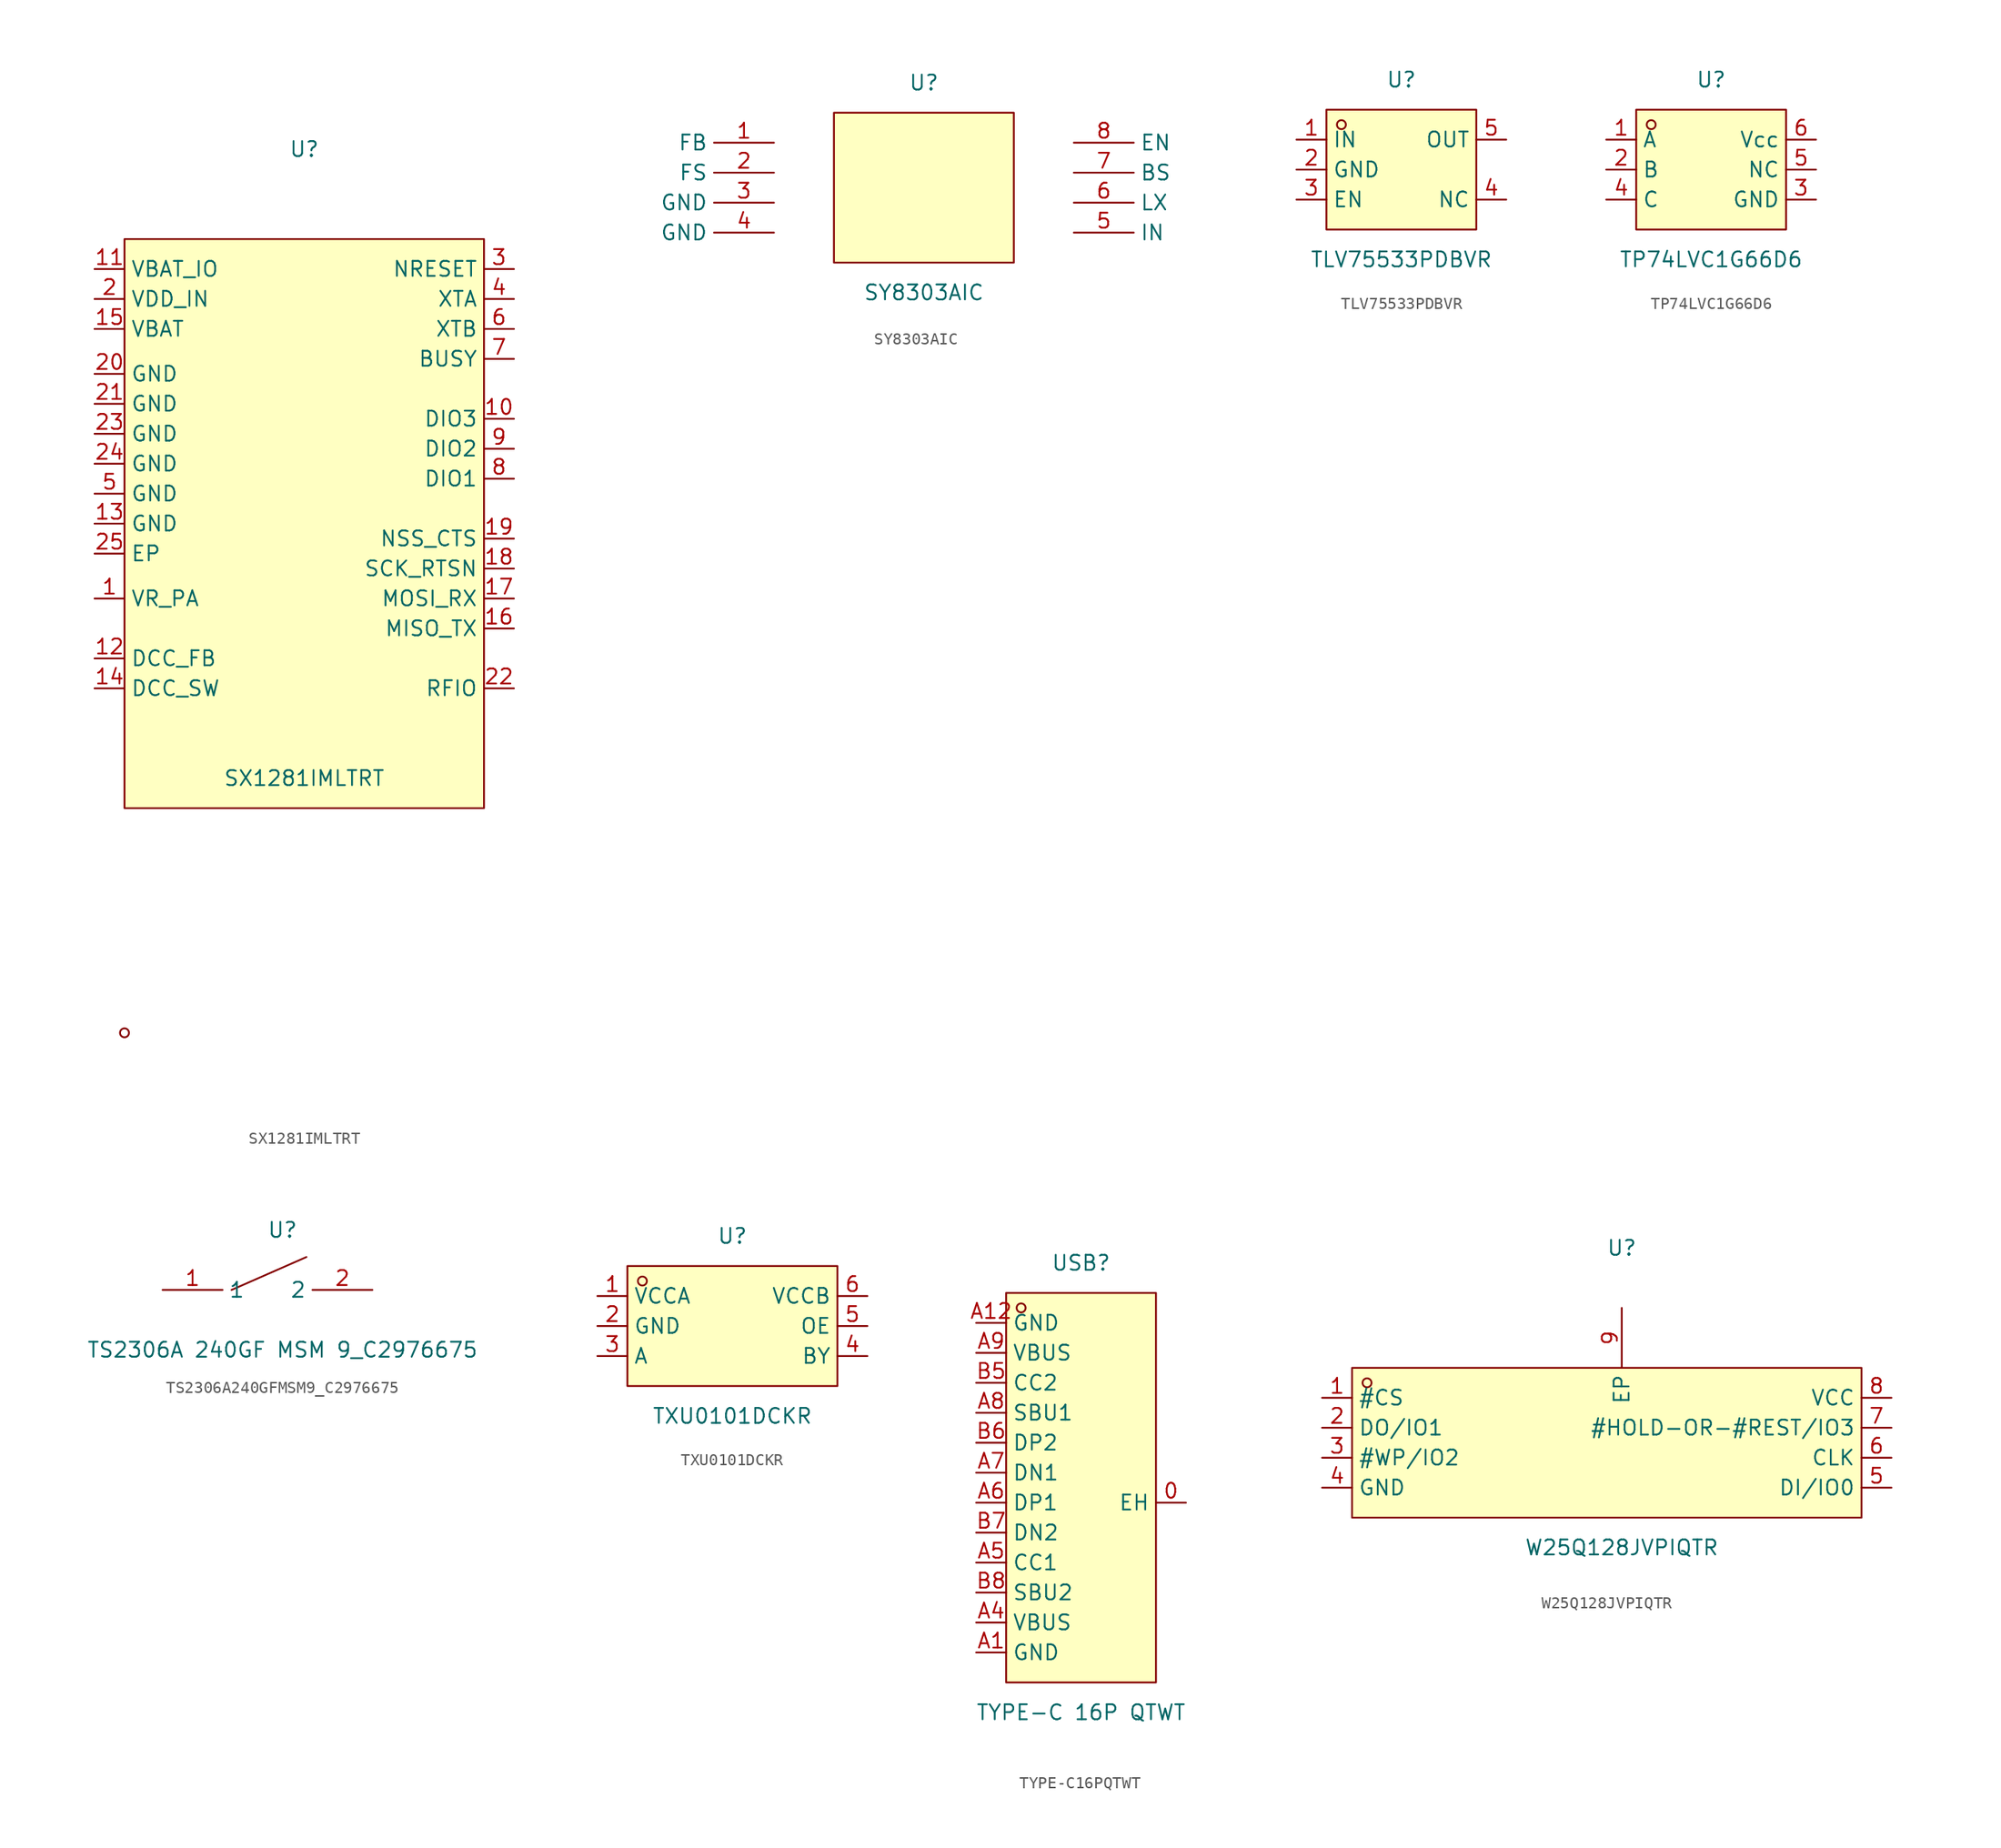
<source format=kicad_sym>
(kicad_symbol_lib
  (version 20241209)
  (generator "kicad_symbol_editor")
  (generator_version "9.0")
  (symbol "SX1281IMLTRT"
    (property "Reference" "U"
      (at 0 24.13 0)
      (effects (font (size 1.27 1.27))))
    (property "Value" "SX1281IMLTRT"
      (at 0 -29.21 0)
      (effects (font (size 1.27 1.27))))
    (symbol "SX1281IMLTRT_0_1"
      (rectangle (start -15.24 16.51) (end 15.24 -31.75) (stroke (width 0) (type default)) (fill (type background)))
      (circle (center -15.24 -50.8) (radius 0.38) (stroke (width 0) (type default)) (fill (type none)))
      (pin unspecified line (at -17.78 13.97 0) (length 2.54) (name "VBAT_IO" (effects (font (size 1.27 1.27)))) (number "11" (effects (font (size 1.27 1.27)))))
      (pin unspecified line (at -17.78 11.43 0) (length 2.54) (name "VDD_IN" (effects (font (size 1.27 1.27)))) (number "2" (effects (font (size 1.27 1.27)))))
      (pin unspecified line (at -17.78 8.89 0) (length 2.54) (name "VBAT" (effects (font (size 1.27 1.27)))) (number "15" (effects (font (size 1.27 1.27)))))
      (pin unspecified line (at -17.78 5.08 0) (length 2.54) (name "GND" (effects (font (size 1.27 1.27)))) (number "20" (effects (font (size 1.27 1.27)))))
      (pin unspecified line (at -17.78 2.54 0) (length 2.54) (name "GND" (effects (font (size 1.27 1.27)))) (number "21" (effects (font (size 1.27 1.27)))))
      (pin unspecified line (at -17.78 0 0) (length 2.54) (name "GND" (effects (font (size 1.27 1.27)))) (number "23" (effects (font (size 1.27 1.27)))))
      (pin unspecified line (at -17.78 -2.54 0) (length 2.54) (name "GND" (effects (font (size 1.27 1.27)))) (number "24" (effects (font (size 1.27 1.27)))))
      (pin unspecified line (at -17.78 -5.08 0) (length 2.54) (name "GND" (effects (font (size 1.27 1.27)))) (number "5" (effects (font (size 1.27 1.27)))))
      (pin unspecified line (at -17.78 -7.62 0) (length 2.54) (name "GND" (effects (font (size 1.27 1.27)))) (number "13" (effects (font (size 1.27 1.27)))))
      (pin unspecified line (at -17.78 -10.16 0) (length 2.54) (name "EP" (effects (font (size 1.27 1.27)))) (number "25" (effects (font (size 1.27 1.27)))))
      (pin unspecified line (at -17.78 -13.97 0) (length 2.54) (name "VR_PA" (effects (font (size 1.27 1.27)))) (number "1" (effects (font (size 1.27 1.27)))))
      (pin unspecified line (at -17.78 -19.05 0) (length 2.54) (name "DCC_FB" (effects (font (size 1.27 1.27)))) (number "12" (effects (font (size 1.27 1.27)))))
      (pin unspecified line (at -17.78 -21.59 0) (length 2.54) (name "DCC_SW" (effects (font (size 1.27 1.27)))) (number "14" (effects (font (size 1.27 1.27)))))
      (pin unspecified line (at 17.78 13.97 180) (length 2.54) (name "NRESET" (effects (font (size 1.27 1.27)))) (number "3" (effects (font (size 1.27 1.27)))))
      (pin unspecified line (at 17.78 11.43 180) (length 2.54) (name "XTA" (effects (font (size 1.27 1.27)))) (number "4" (effects (font (size 1.27 1.27)))))
      (pin unspecified line (at 17.78 8.89 180) (length 2.54) (name "XTB" (effects (font (size 1.27 1.27)))) (number "6" (effects (font (size 1.27 1.27)))))
      (pin unspecified line (at 17.78 6.35 180) (length 2.54) (name "BUSY" (effects (font (size 1.27 1.27)))) (number "7" (effects (font (size 1.27 1.27)))))
      (pin unspecified line (at 17.78 1.27 180) (length 2.54) (name "DIO3" (effects (font (size 1.27 1.27)))) (number "10" (effects (font (size 1.27 1.27)))))
      (pin unspecified line (at 17.78 -1.27 180) (length 2.54) (name "DIO2" (effects (font (size 1.27 1.27)))) (number "9" (effects (font (size 1.27 1.27)))))
      (pin unspecified line (at 17.78 -3.81 180) (length 2.54) (name "DIO1" (effects (font (size 1.27 1.27)))) (number "8" (effects (font (size 1.27 1.27)))))
      (pin unspecified line (at 17.78 -8.89 180) (length 2.54) (name "NSS_CTS" (effects (font (size 1.27 1.27)))) (number "19" (effects (font (size 1.27 1.27)))))
      (pin unspecified line (at 17.78 -11.43 180) (length 2.54) (name "SCK_RTSN" (effects (font (size 1.27 1.27)))) (number "18" (effects (font (size 1.27 1.27)))))
      (pin unspecified line (at 17.78 -13.97 180) (length 2.54) (name "MOSI_RX" (effects (font (size 1.27 1.27)))) (number "17" (effects (font (size 1.27 1.27)))))
      (pin unspecified line (at 17.78 -16.51 180) (length 2.54) (name "MISO_TX" (effects (font (size 1.27 1.27)))) (number "16" (effects (font (size 1.27 1.27)))))
      (pin unspecified line (at 17.78 -21.59 180) (length 2.54) (name "RFIO" (effects (font (size 1.27 1.27)))) (number "22" (effects (font (size 1.27 1.27)))))))
  (symbol "SY8303AIC"
    (property "Reference" "U"
      (at 0 8.89 0)
      (effects (font (size 1.27 1.27))))
    (property "Value" "SY8303AIC"
      (at 0 -8.89 0)
      (effects (font (size 1.27 1.27))))
    (symbol "SY8303AIC_0_1"
      (rectangle (start -7.62 6.35) (end 7.62 -6.35) (stroke (width 0) (type default)) (fill (type background)))
      (pin unspecified line (at -12.7 3.81 180) (length 5.08) (name "FB" (effects (font (size 1.27 1.27)))) (number "1" (effects (font (size 1.27 1.27)))))
      (pin unspecified line (at -12.7 1.27 180) (length 5.08) (name "FS" (effects (font (size 1.27 1.27)))) (number "2" (effects (font (size 1.27 1.27)))))
      (pin unspecified line (at -12.7 -1.27 180) (length 5.08) (name "GND" (effects (font (size 1.27 1.27)))) (number "3" (effects (font (size 1.27 1.27)))))
      (pin unspecified line (at -12.7 -3.81 180) (length 5.08) (name "GND" (effects (font (size 1.27 1.27)))) (number "4" (effects (font (size 1.27 1.27)))))
      (pin unspecified line (at 12.7 3.81 0) (length 5.08) (name "EN" (effects (font (size 1.27 1.27)))) (number "8" (effects (font (size 1.27 1.27)))))
      (pin unspecified line (at 12.7 1.27 0) (length 5.08) (name "BS" (effects (font (size 1.27 1.27)))) (number "7" (effects (font (size 1.27 1.27)))))
      (pin unspecified line (at 12.7 -1.27 0) (length 5.08) (name "LX" (effects (font (size 1.27 1.27)))) (number "6" (effects (font (size 1.27 1.27)))))
      (pin unspecified line (at 12.7 -3.81 0) (length 5.08) (name "IN" (effects (font (size 1.27 1.27)))) (number "5" (effects (font (size 1.27 1.27)))))))
  (symbol "TLV75533PDBVR"
    (property "Reference" "U"
      (at 0 7.62 0)
      (effects (font (size 1.27 1.27))))
    (property "Value" "TLV75533PDBVR"
      (at 0 -7.62 0)
      (effects (font (size 1.27 1.27))))
    (symbol "TLV75533PDBVR_0_1"
      (rectangle (start -6.35 5.08) (end 6.35 -5.08) (stroke (width 0) (type default)) (fill (type background)))
      (circle (center -5.08 3.81) (radius 0.38) (stroke (width 0) (type default)) (fill (type none)))
      (pin unspecified line (at -8.89 2.54 0) (length 2.54) (name "IN" (effects (font (size 1.27 1.27)))) (number "1" (effects (font (size 1.27 1.27)))))
      (pin unspecified line (at -8.89 0 0) (length 2.54) (name "GND" (effects (font (size 1.27 1.27)))) (number "2" (effects (font (size 1.27 1.27)))))
      (pin unspecified line (at -8.89 -2.54 0) (length 2.54) (name "EN" (effects (font (size 1.27 1.27)))) (number "3" (effects (font (size 1.27 1.27)))))
      (pin unspecified line (at 8.89 2.54 180) (length 2.54) (name "OUT" (effects (font (size 1.27 1.27)))) (number "5" (effects (font (size 1.27 1.27)))))
      (pin unspecified line (at 8.89 -2.54 180) (length 2.54) (name "NC" (effects (font (size 1.27 1.27)))) (number "4" (effects (font (size 1.27 1.27)))))))
  (symbol "TP74LVC1G66D6"
    (property "Reference" "U"
      (at 0 7.62 0)
      (effects (font (size 1.27 1.27))))
    (property "Value" "TP74LVC1G66D6"
      (at 0 -7.62 0)
      (effects (font (size 1.27 1.27))))
    (symbol "TP74LVC1G66D6_0_1"
      (rectangle (start -6.35 5.08) (end 6.35 -5.08) (stroke (width 0) (type default)) (fill (type background)))
      (circle (center -5.08 3.81) (radius 0.38) (stroke (width 0) (type default)) (fill (type none)))
      (pin unspecified line (at -8.89 2.54 0) (length 2.54) (name "A" (effects (font (size 1.27 1.27)))) (number "1" (effects (font (size 1.27 1.27)))))
      (pin unspecified line (at -8.89 0 0) (length 2.54) (name "B" (effects (font (size 1.27 1.27)))) (number "2" (effects (font (size 1.27 1.27)))))
      (pin unspecified line (at -8.89 -2.54 0) (length 2.54) (name "C" (effects (font (size 1.27 1.27)))) (number "4" (effects (font (size 1.27 1.27)))))
      (pin unspecified line (at 8.89 2.54 180) (length 2.54) (name "Vcc" (effects (font (size 1.27 1.27)))) (number "6" (effects (font (size 1.27 1.27)))))
      (pin unspecified line (at 8.89 0 180) (length 2.54) (name "NC" (effects (font (size 1.27 1.27)))) (number "5" (effects (font (size 1.27 1.27)))))
      (pin unspecified line (at 8.89 -2.54 180) (length 2.54) (name "GND" (effects (font (size 1.27 1.27)))) (number "3" (effects (font (size 1.27 1.27)))))))
  (symbol "TS2306A240GFMSM9_C2976675"
    (property "Reference" "U"
      (at 0 5.08 0)
      (effects (font (size 1.27 1.27))))
    (property "Value" "TS2306A 240GF MSM 9_C2976675"
      (at 0 -5.08 0)
      (effects (font (size 1.27 1.27))))
    (symbol "TS2306A240GFMSM9_C2976675_0_1"
      (polyline (pts (xy -4.32 0) (xy 2.03 2.79)) (stroke (width 0) (type default)) (fill (type none)))
      (arc (start -3.56 0) (mid -3.56 0.04) (end -3.56 0) (stroke (width 0) (type default)) (fill (type none)))
      (arc (start 2.54 0) (mid 2.54 0.04) (end 2.54 0) (stroke (width 0) (type default)) (fill (type none)))
      (pin input line (at -10.16 0 0) (length 5.08) (name "1" (effects (font (size 1.27 1.27)))) (number "1" (effects (font (size 1.27 1.27)))))
      (pin input line (at 7.62 0 180) (length 5.08) (name "2" (effects (font (size 1.27 1.27)))) (number "2" (effects (font (size 1.27 1.27)))))))
  (symbol "TXU0101DCKR"
    (property "Reference" "U"
      (at 0 7.62 0)
      (effects (font (size 1.27 1.27))))
    (property "Value" "TXU0101DCKR"
      (at 0 -7.62 0)
      (effects (font (size 1.27 1.27))))
    (symbol "TXU0101DCKR_0_1"
      (rectangle (start -8.89 5.08) (end 8.89 -5.08) (stroke (width 0) (type default)) (fill (type background)))
      (circle (center -7.62 3.81) (radius 0.38) (stroke (width 0) (type default)) (fill (type none)))
      (pin unspecified line (at -11.43 2.54 0) (length 2.54) (name "VCCA" (effects (font (size 1.27 1.27)))) (number "1" (effects (font (size 1.27 1.27)))))
      (pin unspecified line (at -11.43 0 0) (length 2.54) (name "GND" (effects (font (size 1.27 1.27)))) (number "2" (effects (font (size 1.27 1.27)))))
      (pin unspecified line (at -11.43 -2.54 0) (length 2.54) (name "A" (effects (font (size 1.27 1.27)))) (number "3" (effects (font (size 1.27 1.27)))))
      (pin unspecified line (at 11.43 2.54 180) (length 2.54) (name "VCCB" (effects (font (size 1.27 1.27)))) (number "6" (effects (font (size 1.27 1.27)))))
      (pin unspecified line (at 11.43 0 180) (length 2.54) (name "OE" (effects (font (size 1.27 1.27)))) (number "5" (effects (font (size 1.27 1.27)))))
      (pin unspecified line (at 11.43 -2.54 180) (length 2.54) (name "BY" (effects (font (size 1.27 1.27)))) (number "4" (effects (font (size 1.27 1.27)))))))
  (symbol "TYPE-C16PQTWT"
    (property "Reference" "USB"
      (at 0 19.05 0)
      (effects (font (size 1.27 1.27))))
    (property "Value" "TYPE-C 16P QTWT"
      (at 0 -19.05 0)
      (effects (font (size 1.27 1.27))))
    (symbol "TYPE-C16PQTWT_0_1"
      (rectangle (start -6.35 16.51) (end 6.35 -16.51) (stroke (width 0) (type default)) (fill (type background)))
      (circle (center -5.08 15.24) (radius 0.38) (stroke (width 0) (type default)) (fill (type none)))
      (pin unspecified line (at -8.89 13.97 0) (length 2.54) (name "GND" (effects (font (size 1.27 1.27)))) (number "A12" (effects (font (size 1.27 1.27)))))
      (pin unspecified line (at -8.89 11.43 0) (length 2.54) (name "VBUS" (effects (font (size 1.27 1.27)))) (number "A9" (effects (font (size 1.27 1.27)))))
      (pin unspecified line (at -8.89 8.89 0) (length 2.54) (name "CC2" (effects (font (size 1.27 1.27)))) (number "B5" (effects (font (size 1.27 1.27)))))
      (pin unspecified line (at -8.89 6.35 0) (length 2.54) (name "SBU1" (effects (font (size 1.27 1.27)))) (number "A8" (effects (font (size 1.27 1.27)))))
      (pin unspecified line (at -8.89 3.81 0) (length 2.54) (name "DP2" (effects (font (size 1.27 1.27)))) (number "B6" (effects (font (size 1.27 1.27)))))
      (pin unspecified line (at -8.89 1.27 0) (length 2.54) (name "DN1" (effects (font (size 1.27 1.27)))) (number "A7" (effects (font (size 1.27 1.27)))))
      (pin unspecified line (at -8.89 -1.27 0) (length 2.54) (name "DP1" (effects (font (size 1.27 1.27)))) (number "A6" (effects (font (size 1.27 1.27)))))
      (pin unspecified line (at -8.89 -3.81 0) (length 2.54) (name "DN2" (effects (font (size 1.27 1.27)))) (number "B7" (effects (font (size 1.27 1.27)))))
      (pin unspecified line (at -8.89 -6.35 0) (length 2.54) (name "CC1" (effects (font (size 1.27 1.27)))) (number "A5" (effects (font (size 1.27 1.27)))))
      (pin unspecified line (at -8.89 -8.89 0) (length 2.54) (name "SBU2" (effects (font (size 1.27 1.27)))) (number "B8" (effects (font (size 1.27 1.27)))))
      (pin unspecified line (at -8.89 -11.43 0) (length 2.54) (name "VBUS" (effects (font (size 1.27 1.27)))) (number "A4" (effects (font (size 1.27 1.27)))))
      (pin unspecified line (at -8.89 -13.97 0) (length 2.54) (name "GND" (effects (font (size 1.27 1.27)))) (number "A1" (effects (font (size 1.27 1.27)))))
      (pin unspecified line (at 8.89 -1.27 180) (length 2.54) (name "EH" (effects (font (size 1.27 1.27)))) (number "0" (effects (font (size 1.27 1.27)))))))
  (symbol "W25Q128JVPIQTR"
    (property "Reference" "U"
      (at 0 17.78 0)
      (effects (font (size 1.27 1.27))))
    (property "Value" "W25Q128JVPIQTR"
      (at 0 -7.62 0)
      (effects (font (size 1.27 1.27))))
    (symbol "W25Q128JVPIQTR_0_1"
      (rectangle (start -22.86 7.62) (end 20.32 -5.08) (stroke (width 0) (type default)) (fill (type background)))
      (circle (center -21.59 6.35) (radius 0.38) (stroke (width 0) (type default)) (fill (type none)))
      (pin unspecified line (at -25.4 5.08 0) (length 2.54) (name "#CS" (effects (font (size 1.27 1.27)))) (number "1" (effects (font (size 1.27 1.27)))))
      (pin unspecified line (at -25.4 2.54 0) (length 2.54) (name "DO/IO1" (effects (font (size 1.27 1.27)))) (number "2" (effects (font (size 1.27 1.27)))))
      (pin unspecified line (at -25.4 0 0) (length 2.54) (name "#WP/IO2" (effects (font (size 1.27 1.27)))) (number "3" (effects (font (size 1.27 1.27)))))
      (pin unspecified line (at -25.4 -2.54 0) (length 2.54) (name "GND" (effects (font (size 1.27 1.27)))) (number "4" (effects (font (size 1.27 1.27)))))
      (pin unspecified line (at 0 12.7 270) (length 5.08) (name "EP" (effects (font (size 1.27 1.27)))) (number "9" (effects (font (size 1.27 1.27)))))
      (pin unspecified line (at 22.86 5.08 180) (length 2.54) (name "VCC" (effects (font (size 1.27 1.27)))) (number "8" (effects (font (size 1.27 1.27)))))
      (pin unspecified line (at 22.86 2.54 180) (length 2.54) (name "#HOLD-OR-#REST/IO3" (effects (font (size 1.27 1.27)))) (number "7" (effects (font (size 1.27 1.27)))))
      (pin unspecified line (at 22.86 0 180) (length 2.54) (name "CLK" (effects (font (size 1.27 1.27)))) (number "6" (effects (font (size 1.27 1.27)))))
      (pin unspecified line (at 22.86 -2.54 180) (length 2.54) (name "DI/IO0" (effects (font (size 1.27 1.27)))) (number "5" (effects (font (size 1.27 1.27))))))))
</source>
